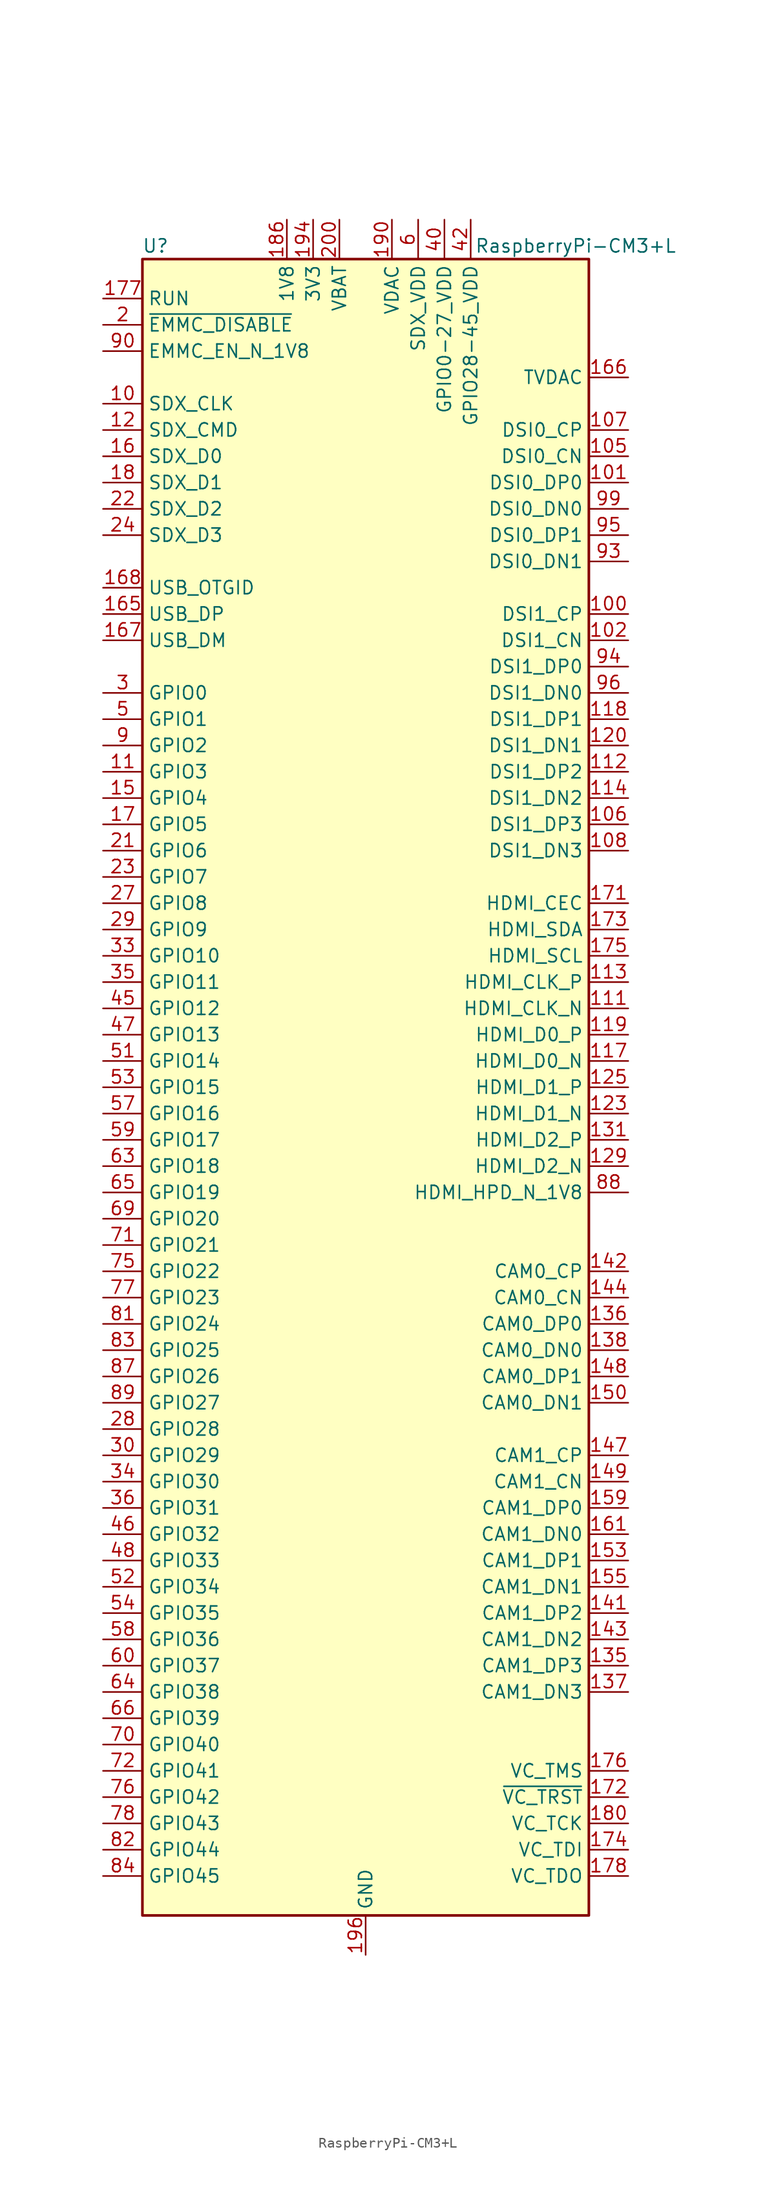
<source format=kicad_sym>
(kicad_symbol_lib
  (version 20241209)
  (generator "kicad_symbol_editor")
  (generator_version "9.0")
  (symbol "RaspberryPi-CM3+L"
    (property "Reference" "U"
      (at -20.32 81.28 0)
      (effects (font (size 1.27 1.27))))
    (property "Value" "RaspberryPi-CM3+L"
      (at 20.32 81.28 0)
      (effects (font (size 1.27 1.27))))
    (symbol "RaspberryPi-CM3+L_0_1"
      (rectangle (start -21.59 80.01) (end 21.59 -80.01) (stroke (width 0.254) (type default)) (fill (type background))))
    (symbol "RaspberryPi-CM3+L_1_1"
      (pin input line (at -25.4 76.2 0) (length 3.81) (name "RUN" (effects (font (size 1.27 1.27)))) (number "177" (effects (font (size 1.27 1.27)))))
      (pin input line (at -25.4 73.66 0) (length 3.81) (name "~{EMMC_DISABLE}" (effects (font (size 1.27 1.27)))) (number "2" (effects (font (size 1.27 1.27)))))
      (pin output line (at -25.4 71.12 0) (length 3.81) (name "EMMC_EN_N_1V8" (effects (font (size 1.27 1.27)))) (number "90" (effects (font (size 1.27 1.27)))))
      (pin output line (at -25.4 66.04 0) (length 3.81) (name "SDX_CLK" (effects (font (size 1.27 1.27)))) (number "10" (effects (font (size 1.27 1.27)))))
      (pin bidirectional line (at -25.4 63.5 0) (length 3.81) (name "SDX_CMD" (effects (font (size 1.27 1.27)))) (number "12" (effects (font (size 1.27 1.27)))))
      (pin bidirectional line (at -25.4 60.96 0) (length 3.81) (name "SDX_D0" (effects (font (size 1.27 1.27)))) (number "16" (effects (font (size 1.27 1.27)))))
      (pin bidirectional line (at -25.4 58.42 0) (length 3.81) (name "SDX_D1" (effects (font (size 1.27 1.27)))) (number "18" (effects (font (size 1.27 1.27)))))
      (pin bidirectional line (at -25.4 55.88 0) (length 3.81) (name "SDX_D2" (effects (font (size 1.27 1.27)))) (number "22" (effects (font (size 1.27 1.27)))))
      (pin bidirectional line (at -25.4 53.34 0) (length 3.81) (name "SDX_D3" (effects (font (size 1.27 1.27)))) (number "24" (effects (font (size 1.27 1.27)))))
      (pin passive line (at -25.4 48.26 0) (length 3.81) (name "USB_OTGID" (effects (font (size 1.27 1.27)))) (number "168" (effects (font (size 1.27 1.27)))))
      (pin bidirectional line (at -25.4 45.72 0) (length 3.81) (name "USB_DP" (effects (font (size 1.27 1.27)))) (number "165" (effects (font (size 1.27 1.27)))))
      (pin bidirectional line (at -25.4 43.18 0) (length 3.81) (name "USB_DM" (effects (font (size 1.27 1.27)))) (number "167" (effects (font (size 1.27 1.27)))))
      (pin bidirectional line (at -25.4 38.1 0) (length 3.81) (name "GPIO0" (effects (font (size 1.27 1.27)))) (number "3" (effects (font (size 1.27 1.27)))))
      (pin bidirectional line (at -25.4 35.56 0) (length 3.81) (name "GPIO1" (effects (font (size 1.27 1.27)))) (number "5" (effects (font (size 1.27 1.27)))))
      (pin bidirectional line (at -25.4 33.02 0) (length 3.81) (name "GPIO2" (effects (font (size 1.27 1.27)))) (number "9" (effects (font (size 1.27 1.27)))))
      (pin bidirectional line (at -25.4 30.48 0) (length 3.81) (name "GPIO3" (effects (font (size 1.27 1.27)))) (number "11" (effects (font (size 1.27 1.27)))))
      (pin bidirectional line (at -25.4 27.94 0) (length 3.81) (name "GPIO4" (effects (font (size 1.27 1.27)))) (number "15" (effects (font (size 1.27 1.27)))))
      (pin bidirectional line (at -25.4 25.4 0) (length 3.81) (name "GPIO5" (effects (font (size 1.27 1.27)))) (number "17" (effects (font (size 1.27 1.27)))))
      (pin bidirectional line (at -25.4 22.86 0) (length 3.81) (name "GPIO6" (effects (font (size 1.27 1.27)))) (number "21" (effects (font (size 1.27 1.27)))))
      (pin bidirectional line (at -25.4 20.32 0) (length 3.81) (name "GPIO7" (effects (font (size 1.27 1.27)))) (number "23" (effects (font (size 1.27 1.27)))))
      (pin bidirectional line (at -25.4 17.78 0) (length 3.81) (name "GPIO8" (effects (font (size 1.27 1.27)))) (number "27" (effects (font (size 1.27 1.27)))))
      (pin bidirectional line (at -25.4 15.24 0) (length 3.81) (name "GPIO9" (effects (font (size 1.27 1.27)))) (number "29" (effects (font (size 1.27 1.27)))))
      (pin bidirectional line (at -25.4 12.7 0) (length 3.81) (name "GPIO10" (effects (font (size 1.27 1.27)))) (number "33" (effects (font (size 1.27 1.27)))))
      (pin bidirectional line (at -25.4 10.16 0) (length 3.81) (name "GPIO11" (effects (font (size 1.27 1.27)))) (number "35" (effects (font (size 1.27 1.27)))))
      (pin bidirectional line (at -25.4 7.62 0) (length 3.81) (name "GPIO12" (effects (font (size 1.27 1.27)))) (number "45" (effects (font (size 1.27 1.27)))))
      (pin bidirectional line (at -25.4 5.08 0) (length 3.81) (name "GPIO13" (effects (font (size 1.27 1.27)))) (number "47" (effects (font (size 1.27 1.27)))))
      (pin bidirectional line (at -25.4 2.54 0) (length 3.81) (name "GPIO14" (effects (font (size 1.27 1.27)))) (number "51" (effects (font (size 1.27 1.27)))))
      (pin bidirectional line (at -25.4 0 0) (length 3.81) (name "GPIO15" (effects (font (size 1.27 1.27)))) (number "53" (effects (font (size 1.27 1.27)))))
      (pin bidirectional line (at -25.4 -2.54 0) (length 3.81) (name "GPIO16" (effects (font (size 1.27 1.27)))) (number "57" (effects (font (size 1.27 1.27)))))
      (pin bidirectional line (at -25.4 -5.08 0) (length 3.81) (name "GPIO17" (effects (font (size 1.27 1.27)))) (number "59" (effects (font (size 1.27 1.27)))))
      (pin bidirectional line (at -25.4 -7.62 0) (length 3.81) (name "GPIO18" (effects (font (size 1.27 1.27)))) (number "63" (effects (font (size 1.27 1.27)))))
      (pin bidirectional line (at -25.4 -10.16 0) (length 3.81) (name "GPIO19" (effects (font (size 1.27 1.27)))) (number "65" (effects (font (size 1.27 1.27)))))
      (pin bidirectional line (at -25.4 -12.7 0) (length 3.81) (name "GPIO20" (effects (font (size 1.27 1.27)))) (number "69" (effects (font (size 1.27 1.27)))))
      (pin bidirectional line (at -25.4 -15.24 0) (length 3.81) (name "GPIO21" (effects (font (size 1.27 1.27)))) (number "71" (effects (font (size 1.27 1.27)))))
      (pin bidirectional line (at -25.4 -17.78 0) (length 3.81) (name "GPIO22" (effects (font (size 1.27 1.27)))) (number "75" (effects (font (size 1.27 1.27)))))
      (pin bidirectional line (at -25.4 -20.32 0) (length 3.81) (name "GPIO23" (effects (font (size 1.27 1.27)))) (number "77" (effects (font (size 1.27 1.27)))))
      (pin bidirectional line (at -25.4 -22.86 0) (length 3.81) (name "GPIO24" (effects (font (size 1.27 1.27)))) (number "81" (effects (font (size 1.27 1.27)))))
      (pin bidirectional line (at -25.4 -25.4 0) (length 3.81) (name "GPIO25" (effects (font (size 1.27 1.27)))) (number "83" (effects (font (size 1.27 1.27)))))
      (pin bidirectional line (at -25.4 -27.94 0) (length 3.81) (name "GPIO26" (effects (font (size 1.27 1.27)))) (number "87" (effects (font (size 1.27 1.27)))))
      (pin bidirectional line (at -25.4 -30.48 0) (length 3.81) (name "GPIO27" (effects (font (size 1.27 1.27)))) (number "89" (effects (font (size 1.27 1.27)))))
      (pin bidirectional line (at -25.4 -33.02 0) (length 3.81) (name "GPIO28" (effects (font (size 1.27 1.27)))) (number "28" (effects (font (size 1.27 1.27)))))
      (pin bidirectional line (at -25.4 -35.56 0) (length 3.81) (name "GPIO29" (effects (font (size 1.27 1.27)))) (number "30" (effects (font (size 1.27 1.27)))))
      (pin bidirectional line (at -25.4 -38.1 0) (length 3.81) (name "GPIO30" (effects (font (size 1.27 1.27)))) (number "34" (effects (font (size 1.27 1.27)))))
      (pin bidirectional line (at -25.4 -40.64 0) (length 3.81) (name "GPIO31" (effects (font (size 1.27 1.27)))) (number "36" (effects (font (size 1.27 1.27)))))
      (pin bidirectional line (at -25.4 -43.18 0) (length 3.81) (name "GPIO32" (effects (font (size 1.27 1.27)))) (number "46" (effects (font (size 1.27 1.27)))))
      (pin bidirectional line (at -25.4 -45.72 0) (length 3.81) (name "GPIO33" (effects (font (size 1.27 1.27)))) (number "48" (effects (font (size 1.27 1.27)))))
      (pin bidirectional line (at -25.4 -48.26 0) (length 3.81) (name "GPIO34" (effects (font (size 1.27 1.27)))) (number "52" (effects (font (size 1.27 1.27)))))
      (pin bidirectional line (at -25.4 -50.8 0) (length 3.81) (name "GPIO35" (effects (font (size 1.27 1.27)))) (number "54" (effects (font (size 1.27 1.27)))))
      (pin bidirectional line (at -25.4 -53.34 0) (length 3.81) (name "GPIO36" (effects (font (size 1.27 1.27)))) (number "58" (effects (font (size 1.27 1.27)))))
      (pin bidirectional line (at -25.4 -55.88 0) (length 3.81) (name "GPIO37" (effects (font (size 1.27 1.27)))) (number "60" (effects (font (size 1.27 1.27)))))
      (pin bidirectional line (at -25.4 -58.42 0) (length 3.81) (name "GPIO38" (effects (font (size 1.27 1.27)))) (number "64" (effects (font (size 1.27 1.27)))))
      (pin bidirectional line (at -25.4 -60.96 0) (length 3.81) (name "GPIO39" (effects (font (size 1.27 1.27)))) (number "66" (effects (font (size 1.27 1.27)))))
      (pin bidirectional line (at -25.4 -63.5 0) (length 3.81) (name "GPIO40" (effects (font (size 1.27 1.27)))) (number "70" (effects (font (size 1.27 1.27)))))
      (pin bidirectional line (at -25.4 -66.04 0) (length 3.81) (name "GPIO41" (effects (font (size 1.27 1.27)))) (number "72" (effects (font (size 1.27 1.27)))))
      (pin bidirectional line (at -25.4 -68.58 0) (length 3.81) (name "GPIO42" (effects (font (size 1.27 1.27)))) (number "76" (effects (font (size 1.27 1.27)))))
      (pin bidirectional line (at -25.4 -71.12 0) (length 3.81) (name "GPIO43" (effects (font (size 1.27 1.27)))) (number "78" (effects (font (size 1.27 1.27)))))
      (pin bidirectional line (at -25.4 -73.66 0) (length 3.81) (name "GPIO44" (effects (font (size 1.27 1.27)))) (number "82" (effects (font (size 1.27 1.27)))))
      (pin bidirectional line (at -25.4 -76.2 0) (length 3.81) (name "GPIO45" (effects (font (size 1.27 1.27)))) (number "84" (effects (font (size 1.27 1.27)))))
      (pin passive line (at -7.62 83.82 270) (length 3.81) (hide yes) (name "1V8" (effects (font (size 1.27 1.27)))) (number "183" (effects (font (size 1.27 1.27)))))
      (pin passive line (at -7.62 83.82 270) (length 3.81) (hide yes) (name "1V8" (effects (font (size 1.27 1.27)))) (number "184" (effects (font (size 1.27 1.27)))))
      (pin passive line (at -7.62 83.82 270) (length 3.81) (hide yes) (name "1V8" (effects (font (size 1.27 1.27)))) (number "185" (effects (font (size 1.27 1.27)))))
      (pin power_in line (at -7.62 83.82 270) (length 3.81) (name "1V8" (effects (font (size 1.27 1.27)))) (number "186" (effects (font (size 1.27 1.27)))))
      (pin passive line (at -5.08 83.82 270) (length 3.81) (hide yes) (name "3V3" (effects (font (size 1.27 1.27)))) (number "191" (effects (font (size 1.27 1.27)))))
      (pin passive line (at -5.08 83.82 270) (length 3.81) (hide yes) (name "3V3" (effects (font (size 1.27 1.27)))) (number "192" (effects (font (size 1.27 1.27)))))
      (pin passive line (at -5.08 83.82 270) (length 3.81) (hide yes) (name "3V3" (effects (font (size 1.27 1.27)))) (number "193" (effects (font (size 1.27 1.27)))))
      (pin power_in line (at -5.08 83.82 270) (length 3.81) (name "3V3" (effects (font (size 1.27 1.27)))) (number "194" (effects (font (size 1.27 1.27)))))
      (pin passive line (at -2.54 83.82 270) (length 3.81) (hide yes) (name "VBAT" (effects (font (size 1.27 1.27)))) (number "197" (effects (font (size 1.27 1.27)))))
      (pin passive line (at -2.54 83.82 270) (length 3.81) (hide yes) (name "VBAT" (effects (font (size 1.27 1.27)))) (number "198" (effects (font (size 1.27 1.27)))))
      (pin passive line (at -2.54 83.82 270) (length 3.81) (hide yes) (name "VBAT" (effects (font (size 1.27 1.27)))) (number "199" (effects (font (size 1.27 1.27)))))
      (pin power_in line (at -2.54 83.82 270) (length 3.81) (name "VBAT" (effects (font (size 1.27 1.27)))) (number "200" (effects (font (size 1.27 1.27)))))
      (pin no_connect line (at 0 78.74 270) (length 2.54) (hide yes) (name "VDD_CORE_(DO_NOT_CONNECT)" (effects (font (size 1.27 1.27)))) (number "179" (effects (font (size 1.27 1.27)))))
      (pin passive line (at 0 -83.82 90) (length 3.81) (hide yes) (name "GND" (effects (font (size 1.27 1.27)))) (number "1" (effects (font (size 1.27 1.27)))))
      (pin passive line (at 0 -83.82 90) (length 3.81) (hide yes) (name "GND" (effects (font (size 1.27 1.27)))) (number "103" (effects (font (size 1.27 1.27)))))
      (pin passive line (at 0 -83.82 90) (length 3.81) (hide yes) (name "GND" (effects (font (size 1.27 1.27)))) (number "104" (effects (font (size 1.27 1.27)))))
      (pin passive line (at 0 -83.82 90) (length 3.81) (hide yes) (name "GND" (effects (font (size 1.27 1.27)))) (number "109" (effects (font (size 1.27 1.27)))))
      (pin passive line (at 0 -83.82 90) (length 3.81) (hide yes) (name "GND" (effects (font (size 1.27 1.27)))) (number "110" (effects (font (size 1.27 1.27)))))
      (pin passive line (at 0 -83.82 90) (length 3.81) (hide yes) (name "GND" (effects (font (size 1.27 1.27)))) (number "115" (effects (font (size 1.27 1.27)))))
      (pin passive line (at 0 -83.82 90) (length 3.81) (hide yes) (name "GND" (effects (font (size 1.27 1.27)))) (number "116" (effects (font (size 1.27 1.27)))))
      (pin passive line (at 0 -83.82 90) (length 3.81) (hide yes) (name "GND" (effects (font (size 1.27 1.27)))) (number "121" (effects (font (size 1.27 1.27)))))
      (pin passive line (at 0 -83.82 90) (length 3.81) (hide yes) (name "GND" (effects (font (size 1.27 1.27)))) (number "122" (effects (font (size 1.27 1.27)))))
      (pin passive line (at 0 -83.82 90) (length 3.81) (hide yes) (name "GND" (effects (font (size 1.27 1.27)))) (number "127" (effects (font (size 1.27 1.27)))))
      (pin passive line (at 0 -83.82 90) (length 3.81) (hide yes) (name "GND" (effects (font (size 1.27 1.27)))) (number "13" (effects (font (size 1.27 1.27)))))
      (pin passive line (at 0 -83.82 90) (length 3.81) (hide yes) (name "GND" (effects (font (size 1.27 1.27)))) (number "133" (effects (font (size 1.27 1.27)))))
      (pin passive line (at 0 -83.82 90) (length 3.81) (hide yes) (name "GND" (effects (font (size 1.27 1.27)))) (number "134" (effects (font (size 1.27 1.27)))))
      (pin passive line (at 0 -83.82 90) (length 3.81) (hide yes) (name "GND" (effects (font (size 1.27 1.27)))) (number "139" (effects (font (size 1.27 1.27)))))
      (pin passive line (at 0 -83.82 90) (length 3.81) (hide yes) (name "GND" (effects (font (size 1.27 1.27)))) (number "14" (effects (font (size 1.27 1.27)))))
      (pin passive line (at 0 -83.82 90) (length 3.81) (hide yes) (name "GND" (effects (font (size 1.27 1.27)))) (number "140" (effects (font (size 1.27 1.27)))))
      (pin passive line (at 0 -83.82 90) (length 3.81) (hide yes) (name "GND" (effects (font (size 1.27 1.27)))) (number "145" (effects (font (size 1.27 1.27)))))
      (pin passive line (at 0 -83.82 90) (length 3.81) (hide yes) (name "GND" (effects (font (size 1.27 1.27)))) (number "146" (effects (font (size 1.27 1.27)))))
      (pin passive line (at 0 -83.82 90) (length 3.81) (hide yes) (name "GND" (effects (font (size 1.27 1.27)))) (number "151" (effects (font (size 1.27 1.27)))))
      (pin passive line (at 0 -83.82 90) (length 3.81) (hide yes) (name "GND" (effects (font (size 1.27 1.27)))) (number "152" (effects (font (size 1.27 1.27)))))
      (pin passive line (at 0 -83.82 90) (length 3.81) (hide yes) (name "GND" (effects (font (size 1.27 1.27)))) (number "157" (effects (font (size 1.27 1.27)))))
      (pin passive line (at 0 -83.82 90) (length 3.81) (hide yes) (name "GND" (effects (font (size 1.27 1.27)))) (number "163" (effects (font (size 1.27 1.27)))))
      (pin passive line (at 0 -83.82 90) (length 3.81) (hide yes) (name "GND" (effects (font (size 1.27 1.27)))) (number "164" (effects (font (size 1.27 1.27)))))
      (pin passive line (at 0 -83.82 90) (length 3.81) (hide yes) (name "GND" (effects (font (size 1.27 1.27)))) (number "169" (effects (font (size 1.27 1.27)))))
      (pin passive line (at 0 -83.82 90) (length 3.81) (hide yes) (name "GND" (effects (font (size 1.27 1.27)))) (number "170" (effects (font (size 1.27 1.27)))))
      (pin passive line (at 0 -83.82 90) (length 3.81) (hide yes) (name "GND" (effects (font (size 1.27 1.27)))) (number "181" (effects (font (size 1.27 1.27)))))
      (pin passive line (at 0 -83.82 90) (length 3.81) (hide yes) (name "GND" (effects (font (size 1.27 1.27)))) (number "182" (effects (font (size 1.27 1.27)))))
      (pin passive line (at 0 -83.82 90) (length 3.81) (hide yes) (name "GND" (effects (font (size 1.27 1.27)))) (number "187" (effects (font (size 1.27 1.27)))))
      (pin passive line (at 0 -83.82 90) (length 3.81) (hide yes) (name "GND" (effects (font (size 1.27 1.27)))) (number "188" (effects (font (size 1.27 1.27)))))
      (pin passive line (at 0 -83.82 90) (length 3.81) (hide yes) (name "GND" (effects (font (size 1.27 1.27)))) (number "19" (effects (font (size 1.27 1.27)))))
      (pin passive line (at 0 -83.82 90) (length 3.81) (hide yes) (name "GND" (effects (font (size 1.27 1.27)))) (number "195" (effects (font (size 1.27 1.27)))))
      (pin power_out line (at 0 -83.82 90) (length 3.81) (name "GND" (effects (font (size 1.27 1.27)))) (number "196" (effects (font (size 1.27 1.27)))))
      (pin passive line (at 0 -83.82 90) (length 3.81) (hide yes) (name "GND" (effects (font (size 1.27 1.27)))) (number "20" (effects (font (size 1.27 1.27)))))
      (pin passive line (at 0 -83.82 90) (length 3.81) (hide yes) (name "GND" (effects (font (size 1.27 1.27)))) (number "25" (effects (font (size 1.27 1.27)))))
      (pin passive line (at 0 -83.82 90) (length 3.81) (hide yes) (name "GND" (effects (font (size 1.27 1.27)))) (number "26" (effects (font (size 1.27 1.27)))))
      (pin passive line (at 0 -83.82 90) (length 3.81) (hide yes) (name "GND" (effects (font (size 1.27 1.27)))) (number "31" (effects (font (size 1.27 1.27)))))
      (pin passive line (at 0 -83.82 90) (length 3.81) (hide yes) (name "GND" (effects (font (size 1.27 1.27)))) (number "32" (effects (font (size 1.27 1.27)))))
      (pin passive line (at 0 -83.82 90) (length 3.81) (hide yes) (name "GND" (effects (font (size 1.27 1.27)))) (number "37" (effects (font (size 1.27 1.27)))))
      (pin passive line (at 0 -83.82 90) (length 3.81) (hide yes) (name "GND" (effects (font (size 1.27 1.27)))) (number "38" (effects (font (size 1.27 1.27)))))
      (pin passive line (at 0 -83.82 90) (length 3.81) (hide yes) (name "GND" (effects (font (size 1.27 1.27)))) (number "43" (effects (font (size 1.27 1.27)))))
      (pin passive line (at 0 -83.82 90) (length 3.81) (hide yes) (name "GND" (effects (font (size 1.27 1.27)))) (number "44" (effects (font (size 1.27 1.27)))))
      (pin passive line (at 0 -83.82 90) (length 3.81) (hide yes) (name "GND" (effects (font (size 1.27 1.27)))) (number "49" (effects (font (size 1.27 1.27)))))
      (pin passive line (at 0 -83.82 90) (length 3.81) (hide yes) (name "GND" (effects (font (size 1.27 1.27)))) (number "50" (effects (font (size 1.27 1.27)))))
      (pin passive line (at 0 -83.82 90) (length 3.81) (hide yes) (name "GND" (effects (font (size 1.27 1.27)))) (number "55" (effects (font (size 1.27 1.27)))))
      (pin passive line (at 0 -83.82 90) (length 3.81) (hide yes) (name "GND" (effects (font (size 1.27 1.27)))) (number "56" (effects (font (size 1.27 1.27)))))
      (pin passive line (at 0 -83.82 90) (length 3.81) (hide yes) (name "GND" (effects (font (size 1.27 1.27)))) (number "61" (effects (font (size 1.27 1.27)))))
      (pin passive line (at 0 -83.82 90) (length 3.81) (hide yes) (name "GND" (effects (font (size 1.27 1.27)))) (number "62" (effects (font (size 1.27 1.27)))))
      (pin passive line (at 0 -83.82 90) (length 3.81) (hide yes) (name "GND" (effects (font (size 1.27 1.27)))) (number "67" (effects (font (size 1.27 1.27)))))
      (pin passive line (at 0 -83.82 90) (length 3.81) (hide yes) (name "GND" (effects (font (size 1.27 1.27)))) (number "68" (effects (font (size 1.27 1.27)))))
      (pin passive line (at 0 -83.82 90) (length 3.81) (hide yes) (name "GND" (effects (font (size 1.27 1.27)))) (number "7" (effects (font (size 1.27 1.27)))))
      (pin passive line (at 0 -83.82 90) (length 3.81) (hide yes) (name "GND" (effects (font (size 1.27 1.27)))) (number "73" (effects (font (size 1.27 1.27)))))
      (pin passive line (at 0 -83.82 90) (length 3.81) (hide yes) (name "GND" (effects (font (size 1.27 1.27)))) (number "74" (effects (font (size 1.27 1.27)))))
      (pin passive line (at 0 -83.82 90) (length 3.81) (hide yes) (name "GND" (effects (font (size 1.27 1.27)))) (number "79" (effects (font (size 1.27 1.27)))))
      (pin passive line (at 0 -83.82 90) (length 3.81) (hide yes) (name "GND" (effects (font (size 1.27 1.27)))) (number "8" (effects (font (size 1.27 1.27)))))
      (pin passive line (at 0 -83.82 90) (length 3.81) (hide yes) (name "GND" (effects (font (size 1.27 1.27)))) (number "80" (effects (font (size 1.27 1.27)))))
      (pin passive line (at 0 -83.82 90) (length 3.81) (hide yes) (name "GND" (effects (font (size 1.27 1.27)))) (number "85" (effects (font (size 1.27 1.27)))))
      (pin passive line (at 0 -83.82 90) (length 3.81) (hide yes) (name "GND" (effects (font (size 1.27 1.27)))) (number "86" (effects (font (size 1.27 1.27)))))
      (pin passive line (at 0 -83.82 90) (length 3.81) (hide yes) (name "GND" (effects (font (size 1.27 1.27)))) (number "91" (effects (font (size 1.27 1.27)))))
      (pin passive line (at 0 -83.82 90) (length 3.81) (hide yes) (name "GND" (effects (font (size 1.27 1.27)))) (number "92" (effects (font (size 1.27 1.27)))))
      (pin passive line (at 0 -83.82 90) (length 3.81) (hide yes) (name "GND" (effects (font (size 1.27 1.27)))) (number "97" (effects (font (size 1.27 1.27)))))
      (pin passive line (at 0 -83.82 90) (length 3.81) (hide yes) (name "GND" (effects (font (size 1.27 1.27)))) (number "98" (effects (font (size 1.27 1.27)))))
      (pin passive line (at 2.54 83.82 270) (length 3.81) (hide yes) (name "VDAC" (effects (font (size 1.27 1.27)))) (number "189" (effects (font (size 1.27 1.27)))))
      (pin power_in line (at 2.54 83.82 270) (length 3.81) (name "VDAC" (effects (font (size 1.27 1.27)))) (number "190" (effects (font (size 1.27 1.27)))))
      (pin passive line (at 5.08 83.82 270) (length 3.81) (hide yes) (name "SDX_VDD" (effects (font (size 1.27 1.27)))) (number "4" (effects (font (size 1.27 1.27)))))
      (pin power_in line (at 5.08 83.82 270) (length 3.81) (name "SDX_VDD" (effects (font (size 1.27 1.27)))) (number "6" (effects (font (size 1.27 1.27)))))
      (pin passive line (at 7.62 83.82 270) (length 3.81) (hide yes) (name "GPIO0-27_VDD" (effects (font (size 1.27 1.27)))) (number "39" (effects (font (size 1.27 1.27)))))
      (pin power_in line (at 7.62 83.82 270) (length 3.81) (name "GPIO0-27_VDD" (effects (font (size 1.27 1.27)))) (number "40" (effects (font (size 1.27 1.27)))))
      (pin passive line (at 10.16 83.82 270) (length 3.81) (hide yes) (name "GPIO28-45_VDD" (effects (font (size 1.27 1.27)))) (number "41" (effects (font (size 1.27 1.27)))))
      (pin power_in line (at 10.16 83.82 270) (length 3.81) (name "GPIO28-45_VDD" (effects (font (size 1.27 1.27)))) (number "42" (effects (font (size 1.27 1.27)))))
      (pin no_connect line (at 20.32 76.2 180) (length 2.54) (hide yes) (name "NC" (effects (font (size 1.27 1.27)))) (number "124" (effects (font (size 1.27 1.27)))))
      (pin no_connect line (at 20.32 73.66 180) (length 2.54) (hide yes) (name "NC" (effects (font (size 1.27 1.27)))) (number "126" (effects (font (size 1.27 1.27)))))
      (pin no_connect line (at 20.32 71.12 180) (length 2.54) (hide yes) (name "NC" (effects (font (size 1.27 1.27)))) (number "128" (effects (font (size 1.27 1.27)))))
      (pin no_connect line (at 20.32 66.04 180) (length 2.54) (hide yes) (name "NC" (effects (font (size 1.27 1.27)))) (number "130" (effects (font (size 1.27 1.27)))))
      (pin no_connect line (at 20.32 48.26 180) (length 2.54) (hide yes) (name "NC" (effects (font (size 1.27 1.27)))) (number "132" (effects (font (size 1.27 1.27)))))
      (pin no_connect line (at 20.32 20.32 180) (length 2.54) (hide yes) (name "NC" (effects (font (size 1.27 1.27)))) (number "158" (effects (font (size 1.27 1.27)))))
      (pin no_connect line (at 20.32 -12.7 180) (length 2.54) (hide yes) (name "NC" (effects (font (size 1.27 1.27)))) (number "156" (effects (font (size 1.27 1.27)))))
      (pin no_connect line (at 20.32 -15.24 180) (length 2.54) (hide yes) (name "NC" (effects (font (size 1.27 1.27)))) (number "154" (effects (font (size 1.27 1.27)))))
      (pin no_connect line (at 20.32 -60.96 180) (length 2.54) (hide yes) (name "NC" (effects (font (size 1.27 1.27)))) (number "160" (effects (font (size 1.27 1.27)))))
      (pin no_connect line (at 20.32 -63.5 180) (length 2.54) (hide yes) (name "NC" (effects (font (size 1.27 1.27)))) (number "162" (effects (font (size 1.27 1.27)))))
      (pin output line (at 25.4 68.58 180) (length 3.81) (name "TVDAC" (effects (font (size 1.27 1.27)))) (number "166" (effects (font (size 1.27 1.27)))))
      (pin output line (at 25.4 63.5 180) (length 3.81) (name "DSI0_CP" (effects (font (size 1.27 1.27)))) (number "107" (effects (font (size 1.27 1.27)))))
      (pin output line (at 25.4 60.96 180) (length 3.81) (name "DSI0_CN" (effects (font (size 1.27 1.27)))) (number "105" (effects (font (size 1.27 1.27)))))
      (pin output line (at 25.4 58.42 180) (length 3.81) (name "DSI0_DP0" (effects (font (size 1.27 1.27)))) (number "101" (effects (font (size 1.27 1.27)))))
      (pin output line (at 25.4 55.88 180) (length 3.81) (name "DSI0_DN0" (effects (font (size 1.27 1.27)))) (number "99" (effects (font (size 1.27 1.27)))))
      (pin output line (at 25.4 53.34 180) (length 3.81) (name "DSI0_DP1" (effects (font (size 1.27 1.27)))) (number "95" (effects (font (size 1.27 1.27)))))
      (pin output line (at 25.4 50.8 180) (length 3.81) (name "DSI0_DN1" (effects (font (size 1.27 1.27)))) (number "93" (effects (font (size 1.27 1.27)))))
      (pin output line (at 25.4 45.72 180) (length 3.81) (name "DSI1_CP" (effects (font (size 1.27 1.27)))) (number "100" (effects (font (size 1.27 1.27)))))
      (pin output line (at 25.4 43.18 180) (length 3.81) (name "DSI1_CN" (effects (font (size 1.27 1.27)))) (number "102" (effects (font (size 1.27 1.27)))))
      (pin output line (at 25.4 40.64 180) (length 3.81) (name "DSI1_DP0" (effects (font (size 1.27 1.27)))) (number "94" (effects (font (size 1.27 1.27)))))
      (pin output line (at 25.4 38.1 180) (length 3.81) (name "DSI1_DN0" (effects (font (size 1.27 1.27)))) (number "96" (effects (font (size 1.27 1.27)))))
      (pin output line (at 25.4 35.56 180) (length 3.81) (name "DSI1_DP1" (effects (font (size 1.27 1.27)))) (number "118" (effects (font (size 1.27 1.27)))))
      (pin output line (at 25.4 33.02 180) (length 3.81) (name "DSI1_DN1" (effects (font (size 1.27 1.27)))) (number "120" (effects (font (size 1.27 1.27)))))
      (pin output line (at 25.4 30.48 180) (length 3.81) (name "DSI1_DP2" (effects (font (size 1.27 1.27)))) (number "112" (effects (font (size 1.27 1.27)))))
      (pin output line (at 25.4 27.94 180) (length 3.81) (name "DSI1_DN2" (effects (font (size 1.27 1.27)))) (number "114" (effects (font (size 1.27 1.27)))))
      (pin output line (at 25.4 25.4 180) (length 3.81) (name "DSI1_DP3" (effects (font (size 1.27 1.27)))) (number "106" (effects (font (size 1.27 1.27)))))
      (pin output line (at 25.4 22.86 180) (length 3.81) (name "DSI1_DN3" (effects (font (size 1.27 1.27)))) (number "108" (effects (font (size 1.27 1.27)))))
      (pin bidirectional line (at 25.4 17.78 180) (length 3.81) (name "HDMI_CEC" (effects (font (size 1.27 1.27)))) (number "171" (effects (font (size 1.27 1.27)))))
      (pin bidirectional line (at 25.4 15.24 180) (length 3.81) (name "HDMI_SDA" (effects (font (size 1.27 1.27)))) (number "173" (effects (font (size 1.27 1.27)))))
      (pin bidirectional line (at 25.4 12.7 180) (length 3.81) (name "HDMI_SCL" (effects (font (size 1.27 1.27)))) (number "175" (effects (font (size 1.27 1.27)))))
      (pin output line (at 25.4 10.16 180) (length 3.81) (name "HDMI_CLK_P" (effects (font (size 1.27 1.27)))) (number "113" (effects (font (size 1.27 1.27)))))
      (pin output line (at 25.4 7.62 180) (length 3.81) (name "HDMI_CLK_N" (effects (font (size 1.27 1.27)))) (number "111" (effects (font (size 1.27 1.27)))))
      (pin output line (at 25.4 5.08 180) (length 3.81) (name "HDMI_D0_P" (effects (font (size 1.27 1.27)))) (number "119" (effects (font (size 1.27 1.27)))))
      (pin output line (at 25.4 2.54 180) (length 3.81) (name "HDMI_D0_N" (effects (font (size 1.27 1.27)))) (number "117" (effects (font (size 1.27 1.27)))))
      (pin output line (at 25.4 0 180) (length 3.81) (name "HDMI_D1_P" (effects (font (size 1.27 1.27)))) (number "125" (effects (font (size 1.27 1.27)))))
      (pin output line (at 25.4 -2.54 180) (length 3.81) (name "HDMI_D1_N" (effects (font (size 1.27 1.27)))) (number "123" (effects (font (size 1.27 1.27)))))
      (pin output line (at 25.4 -5.08 180) (length 3.81) (name "HDMI_D2_P" (effects (font (size 1.27 1.27)))) (number "131" (effects (font (size 1.27 1.27)))))
      (pin output line (at 25.4 -7.62 180) (length 3.81) (name "HDMI_D2_N" (effects (font (size 1.27 1.27)))) (number "129" (effects (font (size 1.27 1.27)))))
      (pin input line (at 25.4 -10.16 180) (length 3.81) (name "HDMI_HPD_N_1V8" (effects (font (size 1.27 1.27)))) (number "88" (effects (font (size 1.27 1.27)))))
      (pin input line (at 25.4 -17.78 180) (length 3.81) (name "CAM0_CP" (effects (font (size 1.27 1.27)))) (number "142" (effects (font (size 1.27 1.27)))))
      (pin input line (at 25.4 -20.32 180) (length 3.81) (name "CAM0_CN" (effects (font (size 1.27 1.27)))) (number "144" (effects (font (size 1.27 1.27)))))
      (pin input line (at 25.4 -22.86 180) (length 3.81) (name "CAM0_DP0" (effects (font (size 1.27 1.27)))) (number "136" (effects (font (size 1.27 1.27)))))
      (pin input line (at 25.4 -25.4 180) (length 3.81) (name "CAM0_DN0" (effects (font (size 1.27 1.27)))) (number "138" (effects (font (size 1.27 1.27)))))
      (pin input line (at 25.4 -27.94 180) (length 3.81) (name "CAM0_DP1" (effects (font (size 1.27 1.27)))) (number "148" (effects (font (size 1.27 1.27)))))
      (pin input line (at 25.4 -30.48 180) (length 3.81) (name "CAM0_DN1" (effects (font (size 1.27 1.27)))) (number "150" (effects (font (size 1.27 1.27)))))
      (pin input line (at 25.4 -35.56 180) (length 3.81) (name "CAM1_CP" (effects (font (size 1.27 1.27)))) (number "147" (effects (font (size 1.27 1.27)))))
      (pin input line (at 25.4 -38.1 180) (length 3.81) (name "CAM1_CN" (effects (font (size 1.27 1.27)))) (number "149" (effects (font (size 1.27 1.27)))))
      (pin input line (at 25.4 -40.64 180) (length 3.81) (name "CAM1_DP0" (effects (font (size 1.27 1.27)))) (number "159" (effects (font (size 1.27 1.27)))))
      (pin input line (at 25.4 -43.18 180) (length 3.81) (name "CAM1_DN0" (effects (font (size 1.27 1.27)))) (number "161" (effects (font (size 1.27 1.27)))))
      (pin input line (at 25.4 -45.72 180) (length 3.81) (name "CAM1_DP1" (effects (font (size 1.27 1.27)))) (number "153" (effects (font (size 1.27 1.27)))))
      (pin input line (at 25.4 -48.26 180) (length 3.81) (name "CAM1_DN1" (effects (font (size 1.27 1.27)))) (number "155" (effects (font (size 1.27 1.27)))))
      (pin input line (at 25.4 -50.8 180) (length 3.81) (name "CAM1_DP2" (effects (font (size 1.27 1.27)))) (number "141" (effects (font (size 1.27 1.27)))))
      (pin input line (at 25.4 -53.34 180) (length 3.81) (name "CAM1_DN2" (effects (font (size 1.27 1.27)))) (number "143" (effects (font (size 1.27 1.27)))))
      (pin input line (at 25.4 -55.88 180) (length 3.81) (name "CAM1_DP3" (effects (font (size 1.27 1.27)))) (number "135" (effects (font (size 1.27 1.27)))))
      (pin input line (at 25.4 -58.42 180) (length 3.81) (name "CAM1_DN3" (effects (font (size 1.27 1.27)))) (number "137" (effects (font (size 1.27 1.27)))))
      (pin input line (at 25.4 -66.04 180) (length 3.81) (name "VC_TMS" (effects (font (size 1.27 1.27)))) (number "176" (effects (font (size 1.27 1.27)))))
      (pin input line (at 25.4 -68.58 180) (length 3.81) (name "~{VC_TRST}" (effects (font (size 1.27 1.27)))) (number "172" (effects (font (size 1.27 1.27)))))
      (pin input line (at 25.4 -71.12 180) (length 3.81) (name "VC_TCK" (effects (font (size 1.27 1.27)))) (number "180" (effects (font (size 1.27 1.27)))))
      (pin input line (at 25.4 -73.66 180) (length 3.81) (name "VC_TDI" (effects (font (size 1.27 1.27)))) (number "174" (effects (font (size 1.27 1.27)))))
      (pin output line (at 25.4 -76.2 180) (length 3.81) (name "VC_TDO" (effects (font (size 1.27 1.27)))) (number "178" (effects (font (size 1.27 1.27))))))))
</source>
